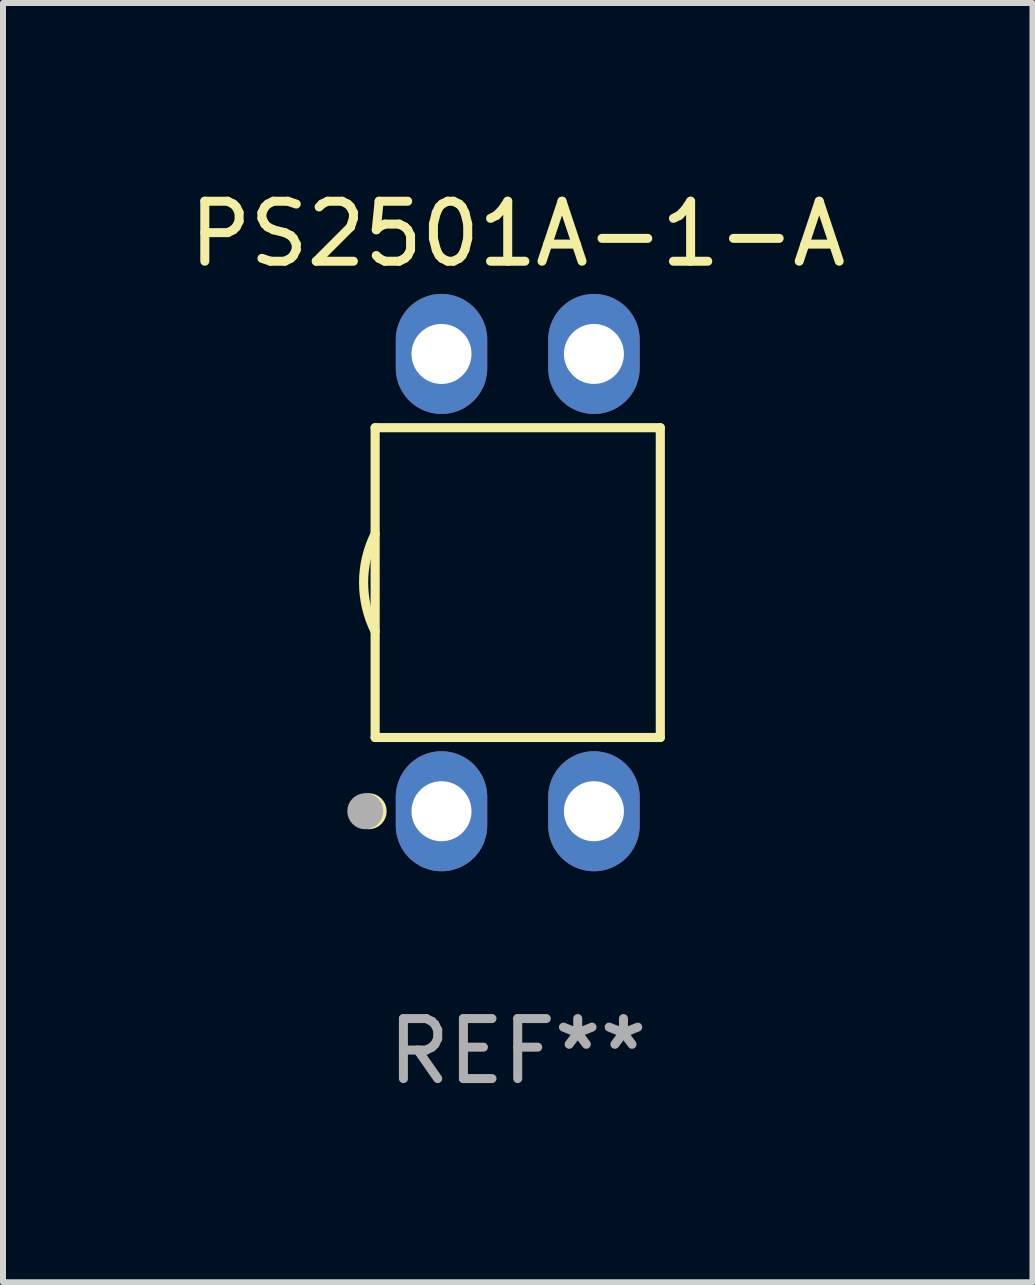
<source format=kicad_pcb>
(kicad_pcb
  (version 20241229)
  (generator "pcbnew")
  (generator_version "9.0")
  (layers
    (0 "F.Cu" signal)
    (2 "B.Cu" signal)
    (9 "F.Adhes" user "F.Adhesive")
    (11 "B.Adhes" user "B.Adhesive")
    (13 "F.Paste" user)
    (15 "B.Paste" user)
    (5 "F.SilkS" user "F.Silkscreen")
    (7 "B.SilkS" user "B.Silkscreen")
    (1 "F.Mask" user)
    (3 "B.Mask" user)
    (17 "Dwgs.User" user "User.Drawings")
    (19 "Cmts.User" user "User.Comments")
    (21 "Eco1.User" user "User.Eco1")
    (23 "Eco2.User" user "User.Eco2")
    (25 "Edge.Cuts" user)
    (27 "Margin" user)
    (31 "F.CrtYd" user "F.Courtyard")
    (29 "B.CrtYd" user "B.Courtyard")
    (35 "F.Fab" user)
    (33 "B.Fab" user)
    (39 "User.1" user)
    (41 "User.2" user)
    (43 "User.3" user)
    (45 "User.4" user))
  (footprint "PS2501A-1-A"
    (layer "F.Cu")
    (at 5.577 6.658)
    (property "Reference" "PS2501A-1-A" (at 0 -5.81 0) (layer "F.SilkS") (effects (font (size 1 1) (thickness 0.15))))
    (attr through_hole)
    (fp_line (start -2.376 -2.581) (end 2.376 -2.581) (stroke (width 0.152) (type solid)) (layer "F.SilkS"))
    (fp_line (start -2.376 2.581) (end -2.376 -2.581) (stroke (width 0.152) (type solid)) (layer "F.SilkS"))
    (fp_line (start 2.376 -2.581) (end 2.376 2.581) (stroke (width 0.152) (type solid)) (layer "F.SilkS"))
    (fp_line (start 2.376 2.581) (end -2.376 2.581) (stroke (width 0.152) (type solid)) (layer "F.SilkS"))
    (fp_arc (start -2.3762 0.812496) (mid -2.568004 0) (end -2.3762 -0.812497) (stroke (width 0.1524) (type solid)) (layer "F.SilkS"))
    (fp_circle (center -2.484 3.81) (end -2.334 3.81) (stroke (width 0.3) (type solid)) (fill no) (layer "F.SilkS"))
    (fp_circle (center -2.3 3.935) (end -2.27 3.935) (stroke (width 0.06) (type solid)) (fill no) (layer "F.SilkS"))
    (fp_circle (center -2.54 3.81) (end -2.39 3.81) (stroke (width 0.3) (type solid)) (fill no) (layer "F.Fab"))
    (fp_text user "REF**" (at 0 7.81 0) (layer "F.Fab") (effects (font (size 1 1) (thickness 0.15))))
    (pad "1" thru_hole oval (at -1.27 3.81) (size 1.524 2) (drill 1) (layers "*.Cu" "*.Mask"))
    (pad "2" thru_hole oval (at 1.27 3.81) (size 1.524 2) (drill 1) (layers "*.Cu" "*.Mask"))
    (pad "3" thru_hole oval (at 1.27 -3.81) (size 1.524 2) (drill 1) (layers "*.Cu" "*.Mask"))
    (pad "4" thru_hole oval (at -1.27 -3.81) (size 1.524 2) (drill 1) (layers "*.Cu" "*.Mask")))
  (gr_rect
    (start -3 -3)
    (end 14.155 18.317)
    (stroke (width 0.1) (type default))
    (fill no)
    (layer "Edge.Cuts")))
</source>
